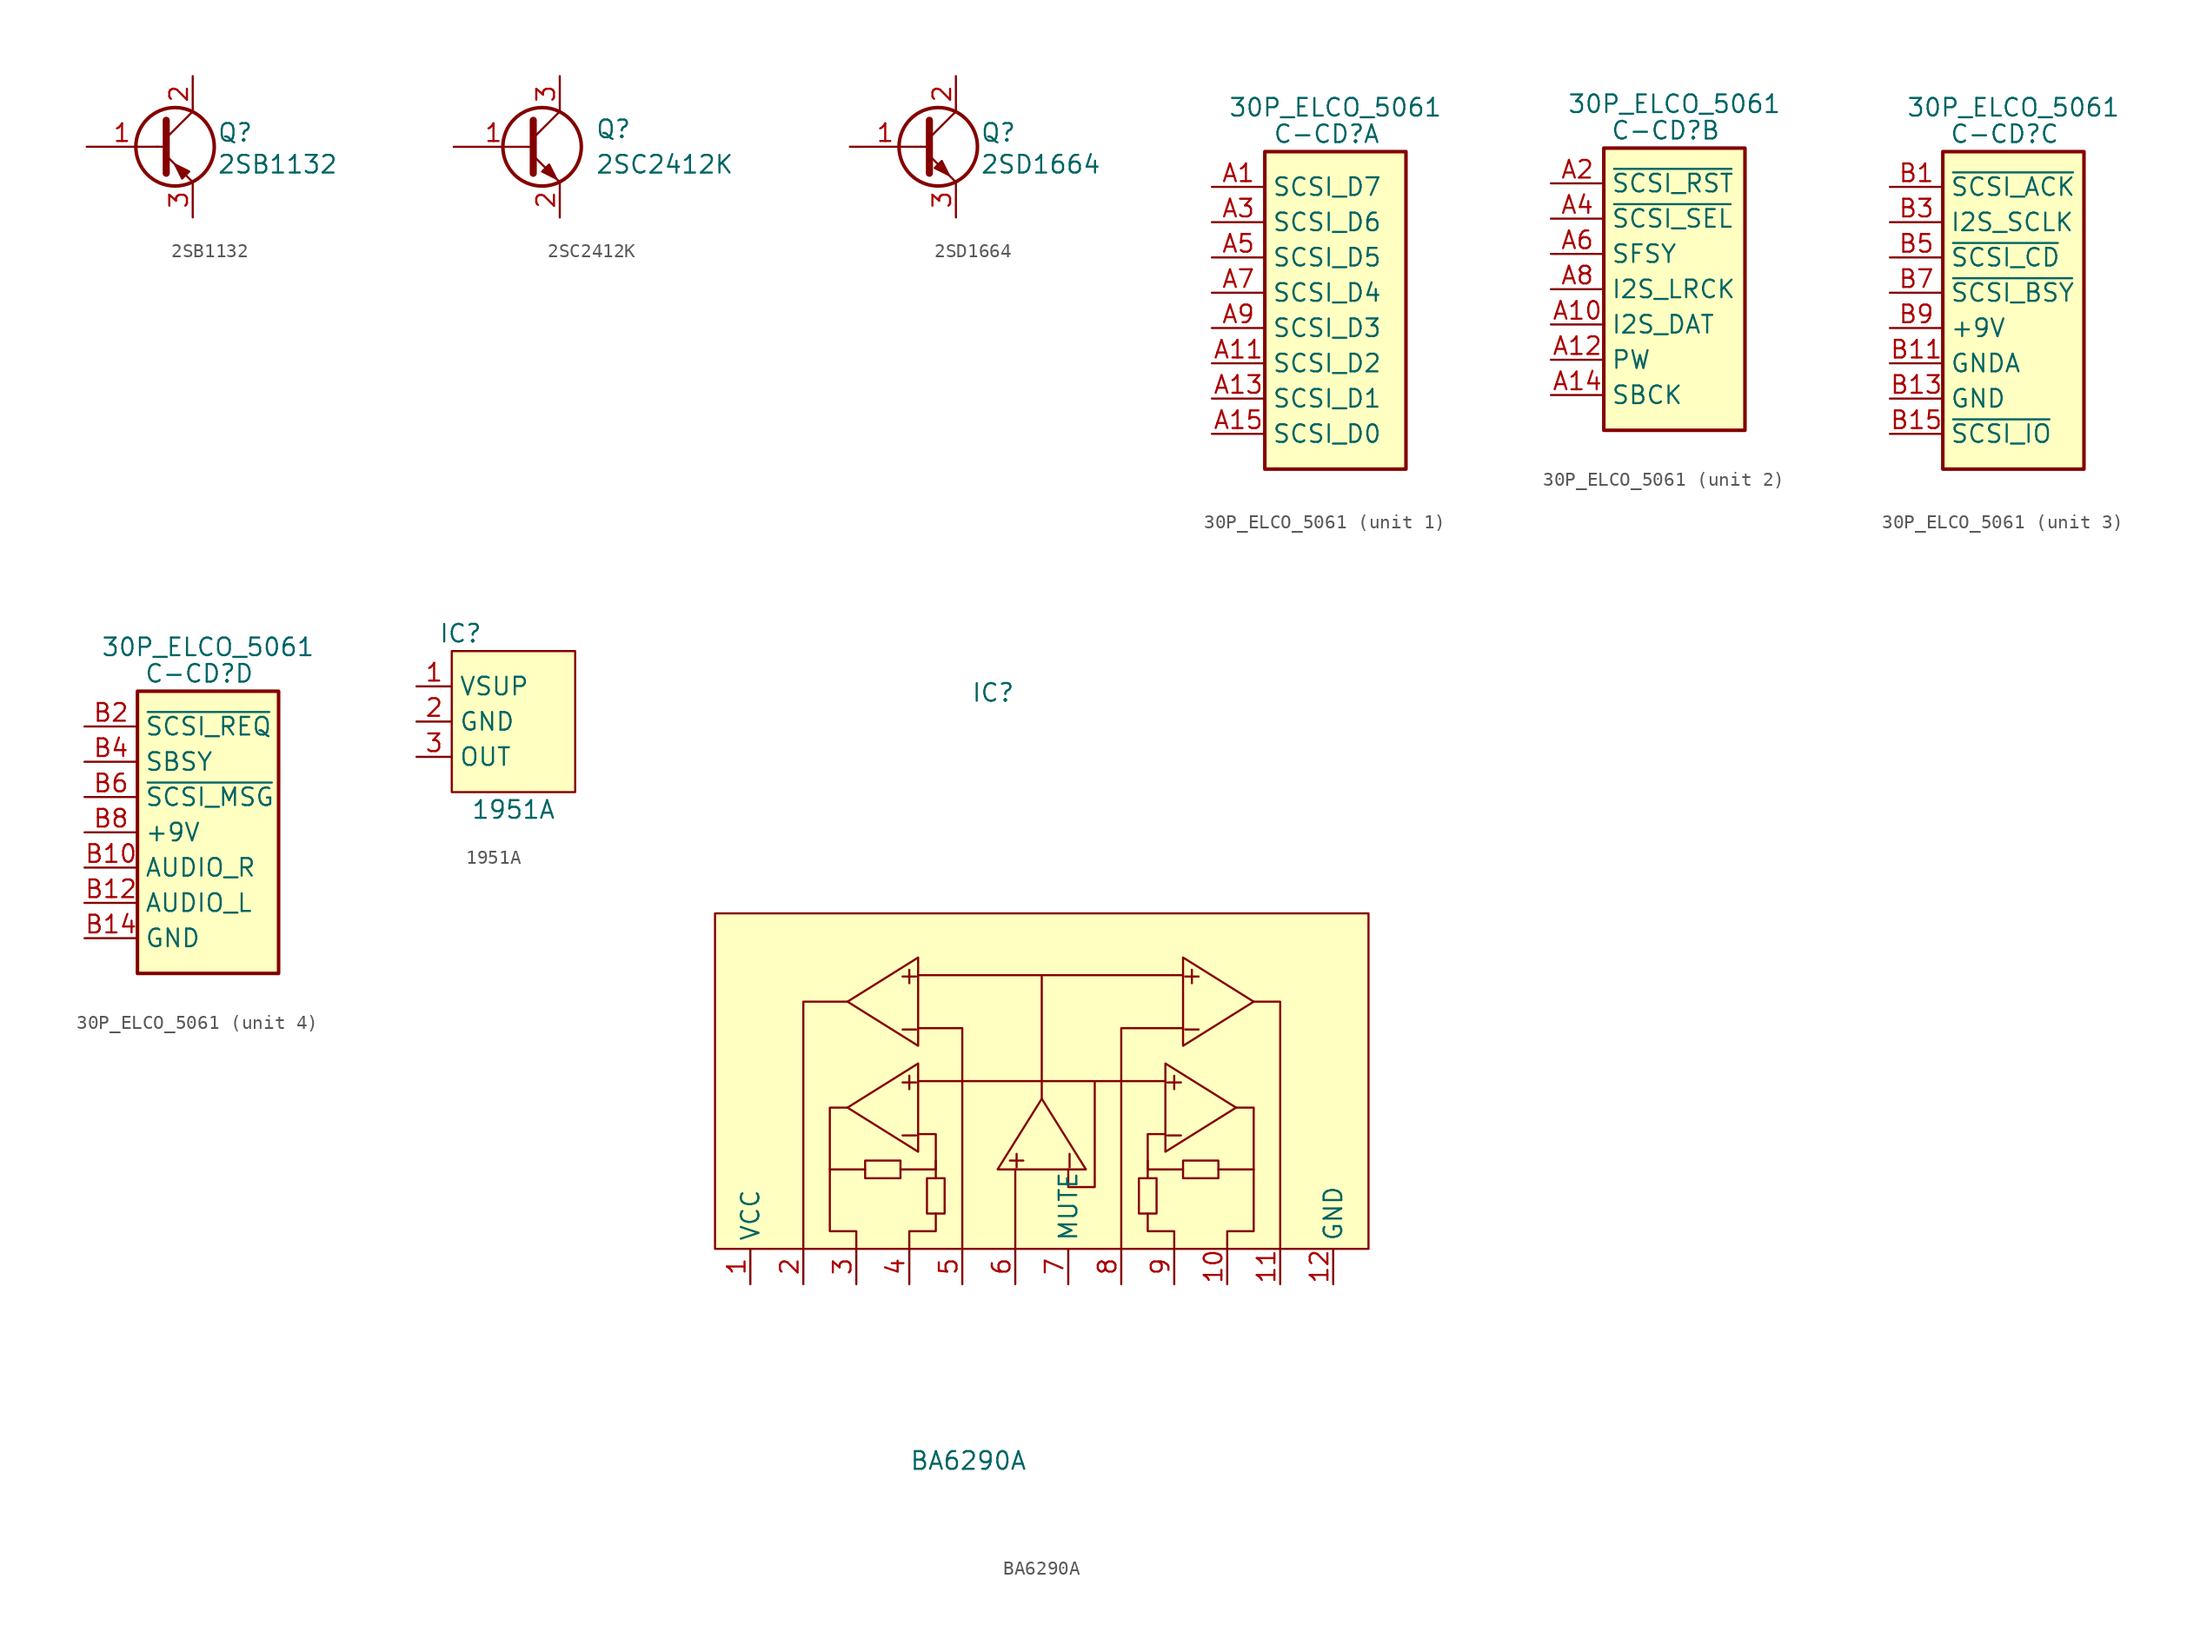
<source format=kicad_sym>
(kicad_symbol_lib
  (version 20231120)
  (generator "kicad_symbol_editor")
  (generator_version "8.0")
  (symbol "2SB1132"
    (pin_names hide)
    (property "Reference" "Q"
      (at 10.668 1.016 0)
      (effects (font (size 1.27 1.27))))
    (property "Value" "2SB1132"
      (at 13.716 -1.27 0)
      (effects (font (size 1.27 1.27))))
    (symbol "2SB1132_0_1"
      (polyline (pts (xy 5.08 0) (xy 5.715 0)) (stroke (width 0) (type default)) (fill (type none)))
      (polyline (pts (xy 7.62 -2.54) (xy 5.715 -0.635)) (stroke (width 0) (type default)) (fill (type none)))
      (polyline (pts (xy 7.62 2.54) (xy 5.715 0.635)) (stroke (width 0) (type default)) (fill (type none)))
      (polyline (pts (xy 5.715 1.905) (xy 5.715 -1.905) (xy 5.715 -1.905)) (stroke (width 0.508) (type default)) (fill (type outline)))
      (polyline (pts (xy 6.858 -2.286) (xy 7.366 -1.778) (xy 6.35 -1.27) (xy 6.858 -2.286) (xy 6.858 -2.286)) (stroke (width 0) (type default)) (fill (type outline)))
      (circle (center 6.35 0) (radius 2.819) (stroke (width 0.254) (type default)) (fill (type none))))
    (symbol "2SB1132_1_1"
      (pin input line (at 0 0 0) (length 5.08) (name "B" (effects (font (size 1.27 1.27)))) (number "1" (effects (font (size 1.27 1.27)))))
      (pin passive line (at 7.62 5.08 270) (length 2.54) (name "C" (effects (font (size 1.27 1.27)))) (number "2" (effects (font (size 1.27 1.27)))))
      (pin passive line (at 7.62 -5.08 90) (length 2.54) (name "E" (effects (font (size 1.27 1.27)))) (number "3" (effects (font (size 1.27 1.27)))))))
  (symbol "2SC2412K"
    (pin_names
      (offset 0) hide)
    (property "Reference" "Q"
      (at 5.08 1.27 0)
      (effects (font (size 1.27 1.27)) (justify left)))
    (property "Value" "2SC2412K"
      (at 5.08 -1.27 0)
      (effects (font (size 1.27 1.27)) (justify left)))
    (symbol "2SC2412K_0_1"
      (polyline (pts (xy 0.635 0.635) (xy 2.54 2.54)) (stroke (width 0) (type default)) (fill (type none)))
      (polyline (pts (xy 0.635 -0.635) (xy 2.54 -2.54) (xy 2.54 -2.54)) (stroke (width 0) (type default)) (fill (type none)))
      (polyline (pts (xy 0.635 1.905) (xy 0.635 -1.905) (xy 0.635 -1.905)) (stroke (width 0.508) (type default)) (fill (type none)))
      (polyline (pts (xy 1.27 -1.778) (xy 1.778 -1.27) (xy 2.286 -2.286) (xy 1.27 -1.778) (xy 1.27 -1.778)) (stroke (width 0) (type default)) (fill (type outline)))
      (circle (center 1.27 0) (radius 2.819) (stroke (width 0.254) (type default)) (fill (type none))))
    (symbol "2SC2412K_1_1"
      (pin input line (at -5.08 0 0) (length 5.715) (name "B" (effects (font (size 1.27 1.27)))) (number "1" (effects (font (size 1.27 1.27)))))
      (pin passive line (at 2.54 -5.08 90) (length 2.54) (name "E" (effects (font (size 1.27 1.27)))) (number "2" (effects (font (size 1.27 1.27)))))
      (pin passive line (at 2.54 5.08 270) (length 2.54) (name "C" (effects (font (size 1.27 1.27)))) (number "3" (effects (font (size 1.27 1.27)))))))
  (symbol "2SD1664"
    (pin_names hide)
    (property "Reference" "Q"
      (at 10.668 1.016 0)
      (effects (font (size 1.27 1.27))))
    (property "Value" "2SD1664"
      (at 13.716 -1.27 0)
      (effects (font (size 1.27 1.27))))
    (symbol "2SD1664_0_1"
      (polyline (pts (xy 5.08 0) (xy 5.715 0)) (stroke (width 0) (type default)) (fill (type none)))
      (polyline (pts (xy 7.62 -2.54) (xy 5.715 -0.635)) (stroke (width 0) (type default)) (fill (type none)))
      (polyline (pts (xy 7.62 2.54) (xy 5.715 0.635)) (stroke (width 0) (type default)) (fill (type none)))
      (polyline (pts (xy 5.715 1.905) (xy 5.715 -1.905) (xy 5.715 -1.905)) (stroke (width 0.508) (type default)) (fill (type outline)))
      (polyline (pts (xy 6.604 -1.016) (xy 6.096 -1.524) (xy 7.112 -2.032) (xy 6.604 -1.016) (xy 6.604 -1.016)) (stroke (width 0) (type default)) (fill (type outline)))
      (circle (center 6.35 0) (radius 2.819) (stroke (width 0.254) (type default)) (fill (type none))))
    (symbol "2SD1664_1_1"
      (pin input line (at 0 0 0) (length 5.08) (name "B" (effects (font (size 1.27 1.27)))) (number "1" (effects (font (size 1.27 1.27)))))
      (pin passive line (at 7.62 5.08 270) (length 2.54) (name "C" (effects (font (size 1.27 1.27)))) (number "2" (effects (font (size 1.27 1.27)))))
      (pin passive line (at 7.62 -5.08 90) (length 2.54) (name "E" (effects (font (size 1.27 1.27)))) (number "3" (effects (font (size 1.27 1.27)))))))
  (symbol "30P_ELCO_5061"
    (property "Reference" "C-CD"
      (at 8.255 1.27 0)
      (effects (font (size 1.27 1.27))))
    (property "Value" "30P_ELCO_5061"
      (at 8.89 3.175 0)
      (effects (font (size 1.27 1.27))))
    (symbol "30P_ELCO_5061_1_1"
      (rectangle (start 3.81 0) (end 13.97 -22.86) (stroke (width 0.254) (type default)) (fill (type background)))
      (pin passive line (at 0 -2.54 0) (length 3.81) (name "SCSI_D7" (effects (font (size 1.27 1.27)))) (number "A1" (effects (font (size 1.27 1.27)))))
      (pin passive line (at 0 -15.24 0) (length 3.81) (name "SCSI_D2" (effects (font (size 1.27 1.27)))) (number "A11" (effects (font (size 1.27 1.27)))))
      (pin passive line (at 0 -17.78 0) (length 3.81) (name "SCSI_D1" (effects (font (size 1.27 1.27)))) (number "A13" (effects (font (size 1.27 1.27)))))
      (pin passive line (at 0 -20.32 0) (length 3.81) (name "SCSI_D0" (effects (font (size 1.27 1.27)))) (number "A15" (effects (font (size 1.27 1.27)))))
      (pin passive line (at 0 -5.08 0) (length 3.81) (name "SCSI_D6" (effects (font (size 1.27 1.27)))) (number "A3" (effects (font (size 1.27 1.27)))))
      (pin passive line (at 0 -7.62 0) (length 3.81) (name "SCSI_D5" (effects (font (size 1.27 1.27)))) (number "A5" (effects (font (size 1.27 1.27)))))
      (pin passive line (at 0 -10.16 0) (length 3.81) (name "SCSI_D4" (effects (font (size 1.27 1.27)))) (number "A7" (effects (font (size 1.27 1.27)))))
      (pin passive line (at 0 -12.7 0) (length 3.81) (name "SCSI_D3" (effects (font (size 1.27 1.27)))) (number "A9" (effects (font (size 1.27 1.27))))))
    (symbol "30P_ELCO_5061_2_1"
      (rectangle (start 3.81 0) (end 13.97 -20.32) (stroke (width 0.254) (type default)) (fill (type background)))
      (pin passive line (at 0 -12.7 0) (length 3.81) (name "I2S_DAT" (effects (font (size 1.27 1.27)))) (number "A10" (effects (font (size 1.27 1.27)))))
      (pin passive line (at 0 -15.24 0) (length 3.81) (name "PW" (effects (font (size 1.27 1.27)))) (number "A12" (effects (font (size 1.27 1.27)))))
      (pin passive line (at 0 -17.78 0) (length 3.81) (name "SBCK" (effects (font (size 1.27 1.27)))) (number "A14" (effects (font (size 1.27 1.27)))))
      (pin passive line (at 0 -2.54 0) (length 3.81) (name "~{SCSI_RST}" (effects (font (size 1.27 1.27)))) (number "A2" (effects (font (size 1.27 1.27)))))
      (pin passive line (at 0 -5.08 0) (length 3.81) (name "~{SCSI_SEL}" (effects (font (size 1.27 1.27)))) (number "A4" (effects (font (size 1.27 1.27)))))
      (pin passive line (at 0 -7.62 0) (length 3.81) (name "SFSY" (effects (font (size 1.27 1.27)))) (number "A6" (effects (font (size 1.27 1.27)))))
      (pin passive line (at 0 -10.16 0) (length 3.81) (name "I2S_LRCK" (effects (font (size 1.27 1.27)))) (number "A8" (effects (font (size 1.27 1.27))))))
    (symbol "30P_ELCO_5061_3_1"
      (rectangle (start 3.81 0) (end 13.97 -22.86) (stroke (width 0.254) (type default)) (fill (type background)))
      (pin passive line (at 0 -2.54 0) (length 3.81) (name "~{SCSI_ACK}" (effects (font (size 1.27 1.27)))) (number "B1" (effects (font (size 1.27 1.27)))))
      (pin power_in line (at 0 -15.24 0) (length 3.81) (name "GNDA" (effects (font (size 1.27 1.27)))) (number "B11" (effects (font (size 1.27 1.27)))))
      (pin power_in line (at 0 -17.78 0) (length 3.81) (name "GND" (effects (font (size 1.27 1.27)))) (number "B13" (effects (font (size 1.27 1.27)))))
      (pin passive line (at 0 -20.32 0) (length 3.81) (name "~{SCSI_IO}" (effects (font (size 1.27 1.27)))) (number "B15" (effects (font (size 1.27 1.27)))))
      (pin passive line (at 0 -5.08 0) (length 3.81) (name "I2S_SCLK" (effects (font (size 1.27 1.27)))) (number "B3" (effects (font (size 1.27 1.27)))))
      (pin passive line (at 0 -7.62 0) (length 3.81) (name "~{SCSI_CD}" (effects (font (size 1.27 1.27)))) (number "B5" (effects (font (size 1.27 1.27)))))
      (pin passive line (at 0 -10.16 0) (length 3.81) (name "~{SCSI_BSY}" (effects (font (size 1.27 1.27)))) (number "B7" (effects (font (size 1.27 1.27)))))
      (pin power_in line (at 0 -12.7 0) (length 3.81) (name "+9V" (effects (font (size 1.27 1.27)))) (number "B9" (effects (font (size 1.27 1.27))))))
    (symbol "30P_ELCO_5061_4_1"
      (rectangle (start 3.81 0) (end 13.97 -20.32) (stroke (width 0.254) (type default)) (fill (type background)))
      (pin passive line (at 0 -12.7 0) (length 3.81) (name "AUDIO_R" (effects (font (size 1.27 1.27)))) (number "B10" (effects (font (size 1.27 1.27)))))
      (pin passive line (at 0 -15.24 0) (length 3.81) (name "AUDIO_L" (effects (font (size 1.27 1.27)))) (number "B12" (effects (font (size 1.27 1.27)))))
      (pin power_in line (at 0 -17.78 0) (length 3.81) (name "GND" (effects (font (size 1.27 1.27)))) (number "B14" (effects (font (size 1.27 1.27)))))
      (pin passive line (at 0 -2.54 0) (length 3.81) (name "~{SCSI_REQ}" (effects (font (size 1.27 1.27)))) (number "B2" (effects (font (size 1.27 1.27)))))
      (pin passive line (at 0 -5.08 0) (length 3.81) (name "SBSY" (effects (font (size 1.27 1.27)))) (number "B4" (effects (font (size 1.27 1.27)))))
      (pin passive line (at 0 -7.62 0) (length 3.81) (name "~{SCSI_MSG}" (effects (font (size 1.27 1.27)))) (number "B6" (effects (font (size 1.27 1.27)))))
      (pin power_out line (at 0 -10.16 0) (length 3.81) (name "+9V" (effects (font (size 1.27 1.27)))) (number "B8" (effects (font (size 1.27 1.27)))))))
  (symbol "1951A"
    (property "Reference" "IC"
      (at 3.175 3.81 0)
      (effects (font (size 1.27 1.27))))
    (property "Value" "1951A"
      (at 6.985 -8.89 0)
      (effects (font (size 1.27 1.27))))
    (symbol "1951A_0_1"
      (rectangle (start 2.54 2.54) (end 11.43 -7.62) (stroke (width 0.152) (type default)) (fill (type background))))
    (symbol "1951A_1_1"
      (pin passive line (at 0 0 0) (length 2.54) (name "VSUP" (effects (font (size 1.27 1.27)))) (number "1" (effects (font (size 1.27 1.27)))))
      (pin passive line (at 0 -2.54 0) (length 2.54) (name "GND" (effects (font (size 1.27 1.27)))) (number "2" (effects (font (size 1.27 1.27)))))
      (pin passive line (at 0 -5.08 0) (length 2.54) (name "OUT" (effects (font (size 1.27 1.27)))) (number "3" (effects (font (size 1.27 1.27)))))))
  (symbol "BA6290A"
    (property "Reference" "IC"
      (at -0.635 40.005 0)
      (effects (font (size 1.27 1.27)) (justify left)))
    (property "Value" "BA6290A"
      (at -5.08 -15.24 0)
      (effects (font (size 1.27 1.27)) (justify left)))
    (symbol "BA6290A_0_0"
      (rectangle (start -19.05 24.13) (end 27.94 0) (stroke (width 0.152) (type default)) (fill (type background)))
      (rectangle (start -8.255 6.35) (end -5.715 5.08) (stroke (width 0.152) (type default)) (fill (type none)))
      (rectangle (start -3.81 5.08) (end -2.54 2.54) (stroke (width 0.152) (type default)) (fill (type none)))
      (polyline (pts (xy -8.255 5.715) (xy -10.795 5.715)) (stroke (width 0.152) (type default)) (fill (type none)))
      (polyline (pts (xy -4.445 19.685) (xy 14.605 19.685)) (stroke (width 0.152) (type default)) (fill (type none)))
      (polyline (pts (xy -3.175 5.08) (xy -3.175 6.35)) (stroke (width 0.152) (type default)) (fill (type none)))
      (polyline (pts (xy 4.445 10.795) (xy 4.445 19.685)) (stroke (width 0.152) (type default)) (fill (type none)))
      (polyline (pts (xy 12.065 5.08) (xy 12.065 6.35)) (stroke (width 0.152) (type default)) (fill (type none)))
      (polyline (pts (xy 13.335 12.065) (xy -4.445 12.065)) (stroke (width 0.152) (type default)) (fill (type none)))
      (polyline (pts (xy 17.145 5.715) (xy 19.685 5.715)) (stroke (width 0.152) (type default)) (fill (type none)))
      (polyline (pts (xy -1.27 0) (xy -1.27 15.875) (xy -4.445 15.875)) (stroke (width 0.152) (type default)) (fill (type none)))
      (polyline (pts (xy 10.16 0) (xy 10.16 15.875) (xy 14.605 15.875)) (stroke (width 0.152) (type default)) (fill (type none)))
      (polyline (pts (xy -5.08 0) (xy -5.08 1.27) (xy -3.175 1.27) (xy -3.175 2.54)) (stroke (width 0.152) (type default)) (fill (type none)))
      (polyline (pts (xy -4.445 8.255) (xy -3.175 8.255) (xy -3.175 5.715) (xy -5.715 5.715)) (stroke (width 0.152) (type default)) (fill (type none)))
      (polyline (pts (xy 2.54 5.715) (xy 2.54 3.175) (xy 2.54 3.175) (xy 2.54 0)) (stroke (width 0.152) (type default)) (fill (type none)))
      (polyline (pts (xy 6.35 5.715) (xy 6.35 4.445) (xy 8.255 4.445) (xy 8.255 12.065)) (stroke (width 0.152) (type default)) (fill (type none)))
      (polyline (pts (xy 13.335 8.255) (xy 12.065 8.255) (xy 12.065 5.715) (xy 14.605 5.715)) (stroke (width 0.152) (type default)) (fill (type none)))
      (polyline (pts (xy 13.97 0) (xy 13.97 1.27) (xy 12.065 1.27) (xy 12.065 2.54)) (stroke (width 0.152) (type default)) (fill (type none)))
      (polyline (pts (xy -8.89 0) (xy -8.89 1.27) (xy -10.795 1.27) (xy -10.795 10.16) (xy -9.525 10.16)) (stroke (width 0.152) (type default)) (fill (type none)))
      (polyline (pts (xy 17.78 0) (xy 17.78 1.27) (xy 19.685 1.27) (xy 19.685 10.16) (xy 18.415 10.16)) (stroke (width 0.152) (type default)) (fill (type none)))
      (rectangle (start 11.43 2.54) (end 12.7 5.08) (stroke (width 0.152) (type default)) (fill (type none)))
      (rectangle (start 14.605 5.08) (end 17.145 6.35) (stroke (width 0.152) (type default)) (fill (type none)))
      (text "+" (at -5.08 12.065 0) (effects (font (size 1.27 1.27))))
      (text "+" (at -5.08 19.685 0) (effects (font (size 1.27 1.27))))
      (text "+" (at 2.54 6.35 900) (effects (font (size 1.27 1.27))))
      (text "+" (at 13.97 12.065 0) (effects (font (size 1.27 1.27))))
      (text "+" (at 15.24 19.685 0) (effects (font (size 1.27 1.27))))
      (text "-" (at -5.08 8.255 0) (effects (font (size 1.27 1.27))))
      (text "-" (at -5.08 15.875 0) (effects (font (size 1.27 1.27))))
      (text "-" (at 6.35 6.35 900) (effects (font (size 1.27 1.27))))
      (text "-" (at 13.97 8.255 0) (effects (font (size 1.27 1.27))))
      (text "-" (at 15.24 15.875 0) (effects (font (size 1.27 1.27)))))
    (symbol "BA6290A_0_1"
      (polyline (pts (xy -12.7 0) (xy -12.7 17.78) (xy -9.525 17.78)) (stroke (width 0.152) (type default)) (fill (type none)))
      (polyline (pts (xy 21.59 0) (xy 21.59 17.78) (xy 19.685 17.78)) (stroke (width 0.152) (type default)) (fill (type none))))
    (symbol "BA6290A_1_1"
      (polyline (pts (xy -4.445 6.985) (xy -9.525 10.16) (xy -4.445 13.335) (xy -4.445 6.985)) (stroke (width 0.152) (type default)) (fill (type background)))
      (polyline (pts (xy -4.445 14.605) (xy -9.525 17.78) (xy -4.445 20.955) (xy -4.445 14.605)) (stroke (width 0.152) (type default)) (fill (type background)))
      (polyline (pts (xy 7.62 5.715) (xy 4.445 10.795) (xy 1.27 5.715) (xy 7.62 5.715)) (stroke (width 0.152) (type default)) (fill (type background)))
      (polyline (pts (xy 13.335 6.985) (xy 18.415 10.16) (xy 13.335 13.335) (xy 13.335 6.985)) (stroke (width 0.152) (type default)) (fill (type background)))
      (polyline (pts (xy 14.605 14.605) (xy 19.685 17.78) (xy 14.605 20.955) (xy 14.605 14.605)) (stroke (width 0.152) (type default)) (fill (type background)))
      (pin power_in line (at -16.51 -2.54 90) (length 2.54) (name "VCC" (effects (font (size 1.27 1.27)))) (number "1" (effects (font (size 1.27 1.27)))))
      (pin output line (at 17.78 -2.54 90) (length 2.54) (name "~" (effects (font (size 1.27 1.27)))) (number "10" (effects (font (size 1.27 1.27)))))
      (pin output line (at 21.59 -2.54 90) (length 2.54) (name "~" (effects (font (size 1.27 1.27)))) (number "11" (effects (font (size 1.27 1.27)))))
      (pin power_in line (at 25.4 -2.54 90) (length 2.54) (name "GND" (effects (font (size 1.27 1.27)))) (number "12" (effects (font (size 1.27 1.27)))))
      (pin output line (at -12.7 -2.54 90) (length 2.54) (name "~" (effects (font (size 1.27 1.27)))) (number "2" (effects (font (size 1.27 1.27)))))
      (pin output line (at -8.89 -2.54 90) (length 2.54) (name "~" (effects (font (size 1.27 1.27)))) (number "3" (effects (font (size 1.27 1.27)))))
      (pin input line (at -5.08 -2.54 90) (length 2.54) (name "~" (effects (font (size 1.27 1.27)))) (number "4" (effects (font (size 1.27 1.27)))))
      (pin input line (at -1.27 -2.54 90) (length 2.54) (name "~" (effects (font (size 1.27 1.27)))) (number "5" (effects (font (size 1.27 1.27)))))
      (pin input line (at 2.54 -2.54 90) (length 2.54) (name "~" (effects (font (size 1.27 1.27)))) (number "6" (effects (font (size 1.27 1.27)))))
      (pin input line (at 6.35 -2.54 90) (length 2.54) (name "MUTE" (effects (font (size 1.27 1.27)))) (number "7" (effects (font (size 1.27 1.27)))))
      (pin input line (at 10.16 -2.54 90) (length 2.54) (name "~" (effects (font (size 1.27 1.27)))) (number "8" (effects (font (size 1.27 1.27)))))
      (pin input line (at 13.97 -2.54 90) (length 2.54) (name "~" (effects (font (size 1.27 1.27)))) (number "9" (effects (font (size 1.27 1.27))))))))
</source>
